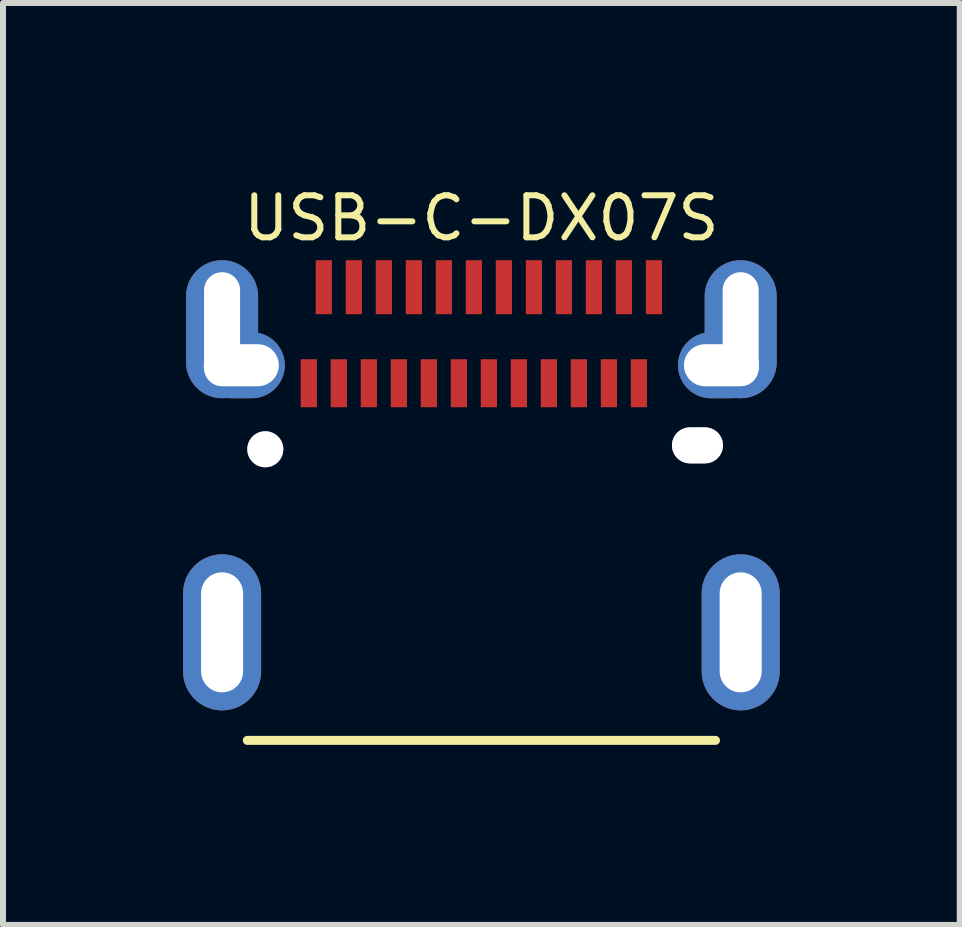
<source format=kicad_pcb>
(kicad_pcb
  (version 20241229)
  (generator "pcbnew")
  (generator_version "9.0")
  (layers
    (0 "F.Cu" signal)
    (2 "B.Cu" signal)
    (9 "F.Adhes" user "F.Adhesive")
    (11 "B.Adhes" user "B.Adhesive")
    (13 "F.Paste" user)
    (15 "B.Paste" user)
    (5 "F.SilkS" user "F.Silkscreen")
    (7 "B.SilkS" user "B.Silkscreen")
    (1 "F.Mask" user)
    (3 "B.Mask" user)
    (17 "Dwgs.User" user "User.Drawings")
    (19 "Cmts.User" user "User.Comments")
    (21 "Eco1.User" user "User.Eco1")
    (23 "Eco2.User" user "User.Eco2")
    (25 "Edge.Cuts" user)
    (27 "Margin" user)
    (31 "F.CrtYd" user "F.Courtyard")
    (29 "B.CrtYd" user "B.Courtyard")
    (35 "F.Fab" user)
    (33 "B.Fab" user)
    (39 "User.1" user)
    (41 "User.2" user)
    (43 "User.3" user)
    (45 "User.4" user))
  (footprint "USB-C-DX07S"
    (layer "F.Cu")
    (at 4.97 4.435)
    (property "Reference" "USB-C-DX07S" (at 0 -3.85 0) (layer "F.SilkS") (effects (font (size 0.7 0.7) (thickness 0.1))))
    (attr through_hole)
    (fp_line (start -3.9 4.85) (end 3.9 4.85) (stroke (width 0.15) (type solid)) (layer "F.SilkS"))
    (pad "" thru_hole circle (at -3.6 0) (size 0.6 0.6) (drill 0.6) (layers "*.Cu" "*.Mask"))
    (pad "" thru_hole oval (at 3.6 -0.065) (size 0.85 0.6) (drill oval 0.85 0.6) (layers "*.Cu" "*.Mask"))
    (pad "A1" smd rect (at -2.625 -2.7) (size 0.27 0.9) (layers "F.Cu" "F.Mask" "F.Paste"))
    (pad "A2" smd rect (at -2.125 -2.7) (size 0.27 0.9) (layers "F.Cu" "F.Mask" "F.Paste"))
    (pad "A3" smd rect (at -1.625 -2.7) (size 0.27 0.9) (layers "F.Cu" "F.Mask" "F.Paste"))
    (pad "A4" smd rect (at -1.125 -2.7) (size 0.27 0.9) (layers "F.Cu" "F.Mask" "F.Paste"))
    (pad "A5" smd rect (at -0.625 -2.7) (size 0.27 0.9) (layers "F.Cu" "F.Mask" "F.Paste"))
    (pad "A6" smd rect (at -0.125 -2.7) (size 0.27 0.9) (layers "F.Cu" "F.Mask" "F.Paste"))
    (pad "A7" smd rect (at 0.375 -2.7) (size 0.27 0.9) (layers "F.Cu" "F.Mask" "F.Paste"))
    (pad "A8" smd rect (at 0.875 -2.7) (size 0.27 0.9) (layers "F.Cu" "F.Mask" "F.Paste"))
    (pad "A9" smd rect (at 1.375 -2.7) (size 0.27 0.9) (layers "F.Cu" "F.Mask" "F.Paste"))
    (pad "A10" smd rect (at 1.875 -2.7) (size 0.27 0.9) (layers "F.Cu" "F.Mask" "F.Paste"))
    (pad "A11" smd rect (at 2.375 -2.7) (size 0.27 0.9) (layers "F.Cu" "F.Mask" "F.Paste"))
    (pad "A12" smd rect (at 2.875 -2.7) (size 0.27 0.9) (layers "F.Cu" "F.Mask" "F.Paste"))
    (pad "B1" smd rect (at 2.625 -1.1) (size 0.27 0.8) (layers "F.Cu" "F.Mask" "F.Paste"))
    (pad "B2" smd rect (at 2.125 -1.1) (size 0.27 0.8) (layers "F.Cu" "F.Mask" "F.Paste"))
    (pad "B3" smd rect (at 1.625 -1.1) (size 0.27 0.8) (layers "F.Cu" "F.Mask" "F.Paste"))
    (pad "B4" smd rect (at 1.125 -1.1) (size 0.27 0.8) (layers "F.Cu" "F.Mask" "F.Paste"))
    (pad "B5" smd rect (at 0.625 -1.1) (size 0.27 0.8) (layers "F.Cu" "F.Mask" "F.Paste"))
    (pad "B6" smd rect (at 0.125 -1.1) (size 0.27 0.8) (layers "F.Cu" "F.Mask" "F.Paste"))
    (pad "B7" smd rect (at -0.375 -1.1) (size 0.27 0.8) (layers "F.Cu" "F.Mask" "F.Paste"))
    (pad "B8" smd rect (at -0.875 -1.1) (size 0.27 0.8) (layers "F.Cu" "F.Mask" "F.Paste"))
    (pad "B9" smd rect (at -1.375 -1.1) (size 0.27 0.8) (layers "F.Cu" "F.Mask" "F.Paste"))
    (pad "B10" smd rect (at -1.875 -1.1) (size 0.27 0.8) (layers "F.Cu" "F.Mask" "F.Paste"))
    (pad "B11" smd rect (at -2.375 -1.1) (size 0.27 0.8) (layers "F.Cu" "F.Mask" "F.Paste"))
    (pad "B12" smd rect (at -2.875 -1.1) (size 0.27 0.8) (layers "F.Cu" "F.Mask" "F.Paste"))
    (pad "S1" thru_hole oval (at -4.32 -2) (size 1.2 2.3) (drill oval 0.6 1.9) (layers "*.Cu" "*.Mask"))
    (pad "S1" thru_hole oval (at -4.32 3.05) (size 1.3 2.6) (drill oval 0.7 2) (layers "*.Cu" "*.Mask"))
    (pad "S1" thru_hole oval (at -4 -1.4) (size 1.45 1.1) (drill oval 1.25 0.7) (layers "*.Cu" "*.Mask"))
    (pad "S1" thru_hole oval (at 4 -1.4) (size 1.45 1.1) (drill oval 1.25 0.7) (layers "*.Cu" "*.Mask"))
    (pad "S1" thru_hole oval (at 4.32 -2) (size 1.2 2.3) (drill oval 0.6 1.9) (layers "*.Cu" "*.Mask"))
    (pad "S1" thru_hole oval (at 4.32 3.05) (size 1.3 2.6) (drill oval 0.7 2) (layers "*.Cu" "*.Mask")))
  (gr_rect
    (start -3 -3)
    (end 12.94 12.36)
    (stroke (width 0.1) (type default))
    (fill no)
    (layer "Edge.Cuts")))
</source>
